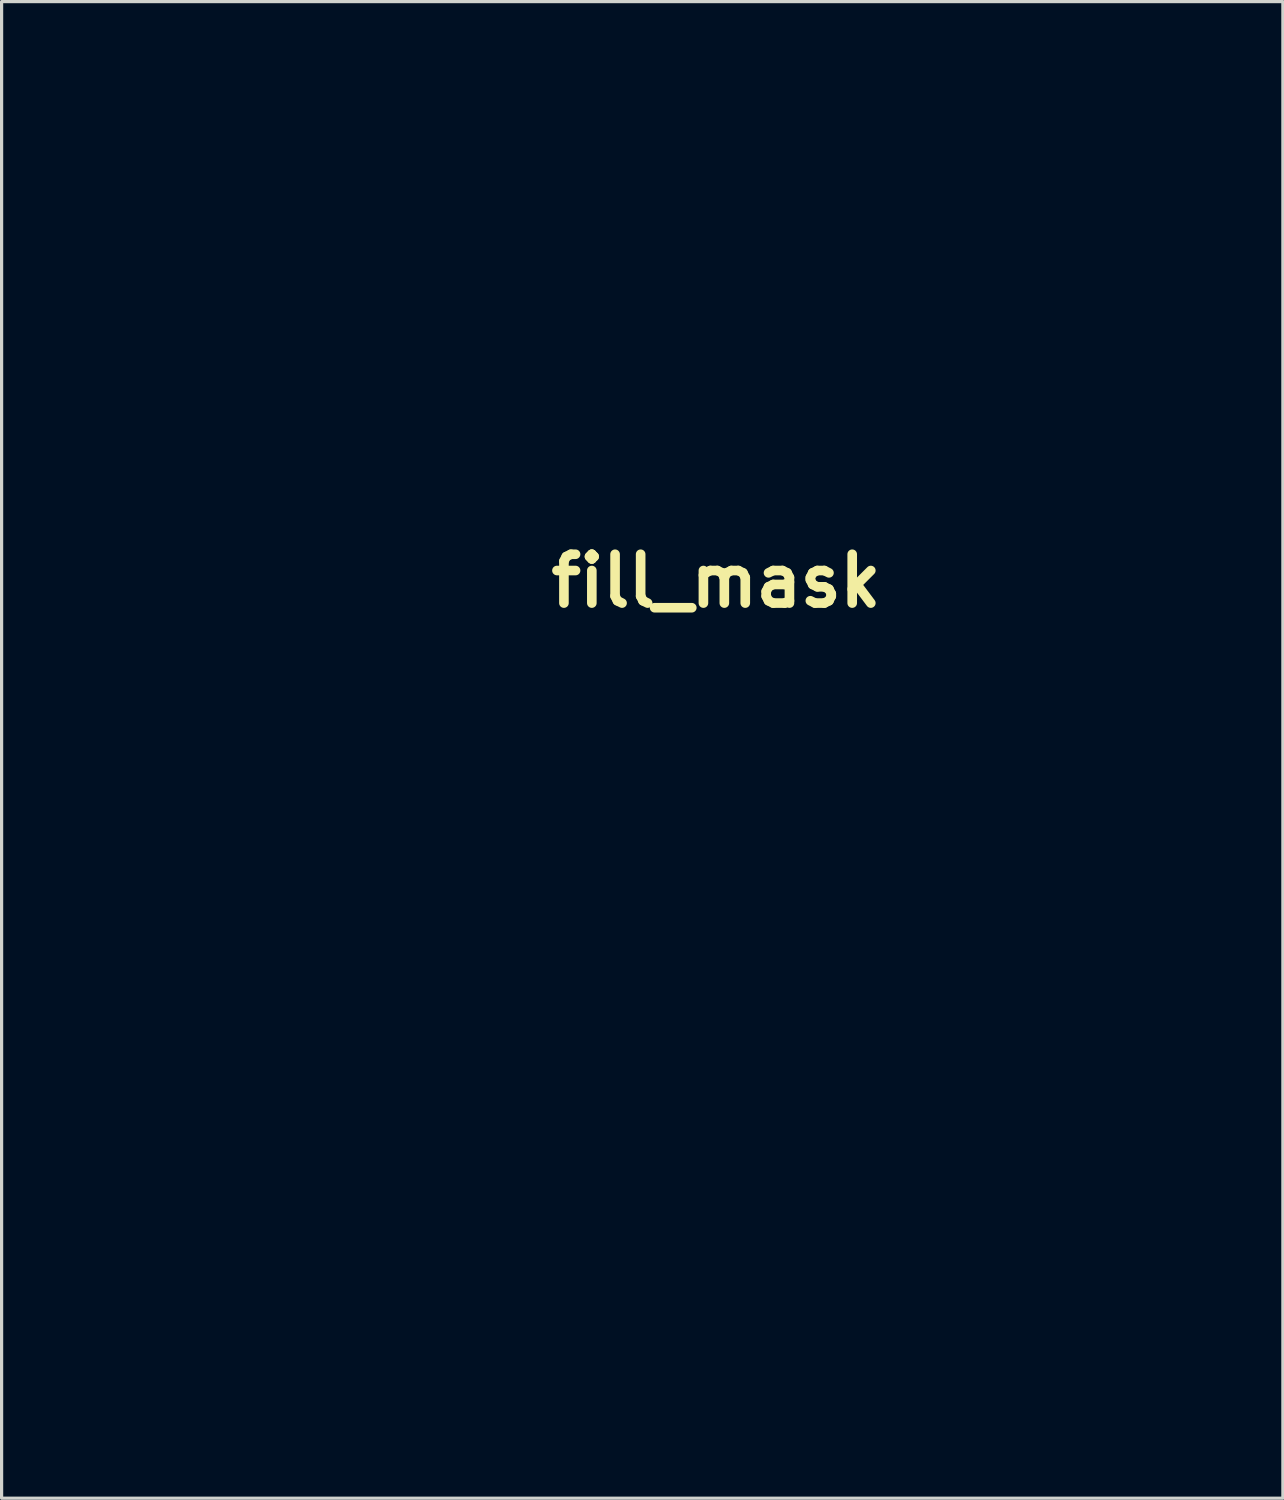
<source format=kicad_pcb>
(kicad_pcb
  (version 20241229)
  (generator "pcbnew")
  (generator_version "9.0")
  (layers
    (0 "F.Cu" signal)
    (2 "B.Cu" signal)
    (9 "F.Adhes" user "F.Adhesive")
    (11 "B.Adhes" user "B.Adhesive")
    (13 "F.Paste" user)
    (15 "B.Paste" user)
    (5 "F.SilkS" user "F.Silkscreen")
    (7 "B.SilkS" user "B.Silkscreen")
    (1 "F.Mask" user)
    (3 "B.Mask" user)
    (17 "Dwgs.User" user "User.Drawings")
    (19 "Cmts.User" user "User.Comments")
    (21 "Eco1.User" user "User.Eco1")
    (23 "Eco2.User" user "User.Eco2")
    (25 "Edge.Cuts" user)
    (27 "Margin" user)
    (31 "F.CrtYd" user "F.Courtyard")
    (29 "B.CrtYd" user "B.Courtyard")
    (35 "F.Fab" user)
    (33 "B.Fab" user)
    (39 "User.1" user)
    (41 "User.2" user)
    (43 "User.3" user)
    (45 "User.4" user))
  (footprint "fill_mask"
    (layer "F.Cu")
    (at 19.307 15.086)
    (property "Reference" "fill_mask" (at 0 0 0) (layer "F.SilkS") (effects (font (size 1.524 1.524) (thickness 0.3))))
    (attr through_hole)
    (fp_poly (pts (xy -7.938 11.453) (xy -8.051 11.566) (xy -8.164 11.453) (xy -8.051 11.339) (xy -7.938 11.453)) (stroke (width 0.01) (type solid)) (fill yes) (layer "F.Mask"))
    (fp_poly (pts (xy 7.862 11.188) (xy 7.889 11.457) (xy 7.862 11.49) (xy 7.727 11.459) (xy 7.711 11.339) (xy 7.794 11.153) (xy 7.862 11.188)) (stroke (width 0.01) (type solid)) (fill yes) (layer "F.Mask"))
    (fp_poly (pts (xy 4.881 22.36) (xy 4.791 22.707) (xy 4.759 22.792) (xy 4.545 23.43) (xy 4.305 24.247) (xy 4.212 24.594) (xy 4.033 25.159) (xy 3.878 25.425) (xy 3.807 25.388) (xy 3.822 25.012) (xy 3.973 24.375) (xy 4.207 23.631) (xy 4.477 22.933) (xy 4.73 22.436) (xy 4.805 22.338) (xy 4.881 22.36)) (stroke (width 0.01) (type solid)) (fill yes) (layer "F.Mask"))
    (fp_poly (pts (xy -17.17 22.417) (xy -17.297 22.922) (xy -17.539 23.631) (xy -17.543 23.642) (xy -17.8 24.407) (xy -17.955 25.023) (xy -17.976 25.343) (xy -18.028 25.599) (xy -18.124 25.627) (xy -18.352 25.448) (xy -18.37 25.343) (xy -18.296 24.951) (xy -18.106 24.335) (xy -17.851 23.623) (xy -17.58 22.948) (xy -17.342 22.439) (xy -17.188 22.226) (xy -17.183 22.225) (xy -17.17 22.417)) (stroke (width 0.01) (type solid)) (fill yes) (layer "F.Mask"))
    (fp_poly (pts (xy -18.1 22.389) (xy -18.235 22.791) (xy -18.279 22.884) (xy -18.532 23.504) (xy -18.658 24.03) (xy -18.658 24.033) (xy -18.754 24.406) (xy -18.856 24.493) (xy -18.999 24.689) (xy -19.095 25.117) (xy -19.181 25.488) (xy -19.294 25.418) (xy -19.302 25.4) (xy -19.295 25.018) (xy -19.146 24.39) (xy -18.905 23.658) (xy -18.624 22.966) (xy -18.355 22.456) (xy -18.18 22.275) (xy -18.1 22.389)) (stroke (width 0.01) (type solid)) (fill yes) (layer "F.Mask"))
    (fp_poly (pts (xy 5.974 22.413) (xy 5.863 22.888) (xy 5.783 23.132) (xy 5.622 23.685) (xy 5.592 24.008) (xy 5.623 24.043) (xy 5.611 24.139) (xy 5.471 24.244) (xy 5.234 24.602) (xy 5.159 25.034) (xy 5.129 25.519) (xy 5.019 25.589) (xy 4.881 25.409) (xy 4.885 25.11) (xy 5.014 24.543) (xy 5.225 23.839) (xy 5.472 23.134) (xy 5.712 22.559) (xy 5.9 22.247) (xy 5.942 22.225) (xy 5.974 22.413)) (stroke (width 0.01) (type solid)) (fill yes) (layer "F.Mask"))
    (fp_poly (pts (xy 1.407 -10.319) (xy 1.945 -8.676) (xy 2.358 -7.409) (xy 2.663 -6.463) (xy 2.877 -5.783) (xy 3.016 -5.313) (xy 3.098 -4.998) (xy 3.139 -4.785) (xy 3.156 -4.616) (xy 3.158 -4.592) (xy 3.264 -4.502) (xy 3.599 -4.432) (xy 4.203 -4.38) (xy 5.116 -4.343) (xy 6.38 -4.321) (xy 8.035 -4.31) (xy 9.102 -4.309) (xy 10.889 -4.308) (xy 12.27 -4.303) (xy 13.289 -4.289) (xy 13.994 -4.265) (xy 14.43 -4.225) (xy 14.645 -4.166) (xy 14.685 -4.086) (xy 14.595 -3.979) (xy 14.488 -3.894) (xy 13.953 -3.537) (xy 13.541 -3.33) (xy 13.157 -3.127) (xy 12.539 -2.731) (xy 11.771 -2.205) (xy 10.937 -1.61) (xy 10.122 -1.007) (xy 9.409 -0.458) (xy 8.884 -0.025) (xy 8.629 0.232) (xy 8.618 0.262) (xy 8.484 0.388) (xy 8.43 0.364) (xy 8.161 0.429) (xy 7.72 0.732) (xy 7.571 0.861) (xy 7.107 1.264) (xy 6.783 1.506) (xy 6.737 1.529) (xy 6.171 1.833) (xy 5.769 2.242) (xy 5.67 2.517) (xy 5.74 2.827) (xy 5.938 3.502) (xy 6.242 4.48) (xy 6.634 5.695) (xy 7.093 7.085) (xy 7.444 8.132) (xy 7.934 9.582) (xy 8.37 10.878) (xy 8.734 11.961) (xy 9.006 12.775) (xy 9.166 13.26) (xy 9.202 13.373) (xy 9.037 13.239) (xy 8.655 12.921) (xy 8.586 12.863) (xy 8.174 12.536) (xy 7.489 12.013) (xy 6.625 11.366) (xy 5.675 10.665) (xy 5.638 10.638) (xy 4.536 9.83) (xy 3.366 8.971) (xy 2.282 8.176) (xy 1.573 7.655) (xy -0.143 6.394) (xy -3.076 8.532) (xy -4.098 9.287) (xy -5.003 9.977) (xy -5.721 10.545) (xy -6.182 10.936) (xy -6.303 11.061) (xy -6.585 11.341) (xy -6.72 11.373) (xy -6.961 11.445) (xy -7.334 11.713) (xy -7.828 12.101) (xy -8.392 12.496) (xy -8.883 12.803) (xy -9.159 12.927) (xy -9.159 12.927) (xy -9.12 12.722) (xy -8.954 12.146) (xy -8.814 11.696) (xy -8.303 11.696) (xy -8.17 11.736) (xy -7.794 11.567) (xy -7.29 11.261) (xy -6.771 10.893) (xy -6.351 10.535) (xy -6.173 10.324) (xy -6.247 10.308) (xy -6.592 10.523) (xy -6.887 10.739) (xy -7.401 11.102) (xy -7.746 11.296) (xy -7.818 11.305) (xy -7.718 11.091) (xy -7.358 10.517) (xy -7.102 10.133) (xy -5.896 10.133) (xy -5.739 10.083) (xy -5.34 9.828) (xy -4.81 9.45) (xy -4.261 9.03) (xy -3.802 8.651) (xy -3.562 8.414) (xy -3.589 8.372) (xy -3.91 8.566) (xy -4.459 8.955) (xy -4.592 9.054) (xy -5.23 9.546) (xy -5.695 9.928) (xy -5.895 10.126) (xy -5.896 10.133) (xy -7.102 10.133) (xy -6.743 9.593) (xy -5.88 8.327) (xy -5.713 8.086) (xy -3.175 8.086) (xy -3.006 8.012) (xy -2.56 7.731) (xy -1.927 7.3) (xy -1.818 7.223) (xy -1.175 6.75) (xy -0.724 6.38) (xy -0.551 6.184) (xy -0.554 6.174) (xy -0.757 6.257) (xy -1.202 6.541) (xy -1.776 6.942) (xy -2.367 7.38) (xy -2.861 7.771) (xy -3.145 8.034) (xy -3.175 8.086) (xy -5.713 8.086) (xy -4.774 6.729) (xy -4.372 6.153) (xy 3.887 6.153) (xy 3.936 6.275) (xy 4.098 6.539) (xy 4.407 6.995) (xy 4.896 7.692) (xy 5.598 8.68) (xy 6.103 9.387) (xy 6.783 10.316) (xy 7.37 11.072) (xy 7.816 11.596) (xy 8.073 11.831) (xy 8.115 11.826) (xy 8.097 11.479) (xy 7.956 10.867) (xy 7.82 10.418) (xy 7.593 9.799) (xy 7.415 9.421) (xy 7.346 9.36) (xy 7.352 9.613) (xy 7.485 10.109) (xy 7.509 10.18) (xy 7.653 10.698) (xy 7.669 10.998) (xy 7.661 11.011) (xy 7.5 10.875) (xy 7.131 10.432) (xy 6.604 9.744) (xy 5.969 8.878) (xy 5.945 8.845) (xy 7.03 8.845) (xy 7.113 9.031) (xy 7.182 8.996) (xy 7.209 8.727) (xy 7.182 8.693) (xy 7.047 8.725) (xy 7.03 8.845) (xy 5.945 8.845) (xy 5.783 8.618) (xy 5.457 8.164) (xy 6.804 8.164) (xy 6.887 8.351) (xy 6.955 8.315) (xy 6.982 8.046) (xy 6.955 8.013) (xy 6.82 8.044) (xy 6.804 8.164) (xy 5.457 8.164) (xy 5.127 7.705) (xy 4.965 7.484) (xy 6.577 7.484) (xy 6.66 7.671) (xy 6.728 7.635) (xy 6.755 7.366) (xy 6.728 7.333) (xy 6.593 7.364) (xy 6.577 7.484) (xy 4.965 7.484) (xy 4.567 6.941) (xy 4.462 6.804) (xy 6.35 6.804) (xy 6.433 6.99) (xy 6.501 6.955) (xy 6.528 6.686) (xy 6.501 6.652) (xy 6.366 6.684) (xy 6.35 6.804) (xy 4.462 6.804) (xy 4.153 6.396) (xy 3.936 6.136) (xy 3.918 6.123) (xy 6.123 6.123) (xy 6.206 6.31) (xy 6.274 6.274) (xy 6.302 6.005) (xy 6.274 5.972) (xy 6.14 6.003) (xy 6.123 6.123) (xy 3.918 6.123) (xy 3.887 6.153) (xy -4.372 6.153) (xy -3.639 5.103) (xy -0.396 5.103) (xy -0.378 5.569) (xy -0.327 5.69) (xy -0.298 5.616) (xy -0.256 5.071) (xy -0.293 4.708) (xy -0.333 4.625) (xy 2.757 4.625) (xy 2.856 4.819) (xy 3.124 5.209) (xy 3.462 5.614) (xy 3.729 5.871) (xy 3.784 5.896) (xy 3.721 5.737) (xy 3.525 5.443) (xy 5.896 5.443) (xy 5.979 5.63) (xy 6.048 5.594) (xy 6.075 5.325) (xy 6.048 5.292) (xy 5.913 5.323) (xy 5.896 5.443) (xy 3.525 5.443) (xy 3.457 5.342) (xy 3.366 5.216) (xy 3.005 4.763) (xy 5.67 4.763) (xy 5.753 4.949) (xy 5.821 4.914) (xy 5.848 4.645) (xy 5.821 4.611) (xy 5.686 4.642) (xy 5.67 4.763) (xy 3.005 4.763) (xy 2.997 4.752) (xy 2.777 4.542) (xy 2.757 4.625) (xy -0.333 4.625) (xy -0.353 4.583) (xy -0.39 4.855) (xy -0.396 5.103) (xy -3.639 5.103) (xy -3.431 4.806) (xy -2.565 3.572) (xy -2.047 2.818) (xy -1.661 2.226) (xy -1.592 2.107) (xy -0.189 2.107) (xy -0.182 2.565) (xy -0.137 4.196) (xy -0.11 3.63) (xy 2.056 3.63) (xy 2.112 3.748) (xy 2.239 3.912) (xy 2.57 4.265) (xy 2.718 4.263) (xy 2.721 4.223) (xy 2.606 4.082) (xy 5.443 4.082) (xy 5.526 4.269) (xy 5.594 4.233) (xy 5.621 3.964) (xy 5.594 3.931) (xy 5.459 3.962) (xy 5.443 4.082) (xy 2.606 4.082) (xy 2.566 4.034) (xy 2.325 3.826) (xy 2.056 3.63) (xy -0.11 3.63) (xy -0.058 2.539) (xy -0.035 2.041) (xy 0.99 2.041) (xy 1.031 2.202) (xy 1.276 2.6) (xy 1.361 2.721) (xy 1.705 3.165) (xy 1.935 3.394) (xy 1.959 3.402) (xy 5.216 3.402) (xy 5.299 3.588) (xy 5.367 3.553) (xy 5.394 3.284) (xy 5.367 3.251) (xy 5.232 3.282) (xy 5.216 3.402) (xy 1.959 3.402) (xy 1.917 3.241) (xy 1.672 2.843) (xy 1.667 2.835) (xy 4.989 2.835) (xy 5.103 2.948) (xy 5.216 2.835) (xy 5.103 2.721) (xy 4.989 2.835) (xy 1.667 2.835) (xy 1.587 2.721) (xy 1.244 2.277) (xy 1.119 2.154) (xy 4.309 2.154) (xy 4.422 2.268) (xy 4.536 2.154) (xy 4.422 2.041) (xy 4.309 2.154) (xy 1.119 2.154) (xy 1.013 2.049) (xy 0.99 2.041) (xy -0.035 2.041) (xy 0.02 0.882) (xy 0.477 1.405) (xy 0.934 1.928) (xy 3.855 1.928) (xy 3.969 2.041) (xy 4.082 1.928) (xy 3.969 1.814) (xy 3.855 1.928) (xy 0.934 1.928) (xy 0.796 1.701) (xy 3.402 1.701) (xy 3.515 1.814) (xy 3.629 1.701) (xy 3.515 1.587) (xy 3.402 1.701) (xy 0.796 1.701) (xy 0.635 1.436) (xy 2.797 1.436) (xy 2.828 1.571) (xy 2.948 1.587) (xy 3.135 1.505) (xy 3.099 1.436) (xy 2.83 1.409) (xy 2.797 1.436) (xy 0.635 1.436) (xy 0.556 1.306) (xy 0.51 1.247) (xy 2.268 1.247) (xy 2.381 1.361) (xy 2.495 1.247) (xy 2.381 1.134) (xy 2.268 1.247) (xy 0.51 1.247) (xy 0.335 1.021) (xy 1.814 1.021) (xy 1.928 1.134) (xy 2.041 1.021) (xy 1.928 0.907) (xy 1.814 1.021) (xy 0.335 1.021) (xy 0.222 0.875) (xy -0.01 0.859) (xy -0.145 1.266) (xy -0.189 2.107) (xy -1.592 2.107) (xy -1.459 1.875) (xy -1.446 1.814) (xy -1.612 1.992) (xy -1.991 2.487) (xy -2.539 3.237) (xy -3.217 4.185) (xy -3.981 5.268) (xy -4.792 6.429) (xy -5.606 7.606) (xy -6.383 8.74) (xy -7.081 9.772) (xy -7.659 10.64) (xy -8.074 11.286) (xy -8.285 11.649) (xy -8.303 11.696) (xy -8.814 11.696) (xy -8.679 11.259) (xy -8.315 10.119) (xy -7.879 8.785) (xy -7.558 7.817) (xy -7.083 6.366) (xy -6.669 5.05) (xy -6.334 3.93) (xy -6.098 3.072) (xy -5.978 2.539) (xy -5.972 2.399) (xy -6.182 2.186) (xy -6.702 1.76) (xy -7.467 1.167) (xy -8.416 0.454) (xy -9.483 -0.333) (xy -10.356 -0.965) (xy -9.644 -0.965) (xy -9.638 -0.959) (xy -9.273 -0.632) (xy -8.662 -0.165) (xy -7.901 0.378) (xy -7.087 0.932) (xy -6.316 1.431) (xy -5.682 1.812) (xy -5.283 2.01) (xy -5.217 2.024) (xy -4.786 1.934) (xy -4.176 1.736) (xy -4.082 1.701) (xy -3.589 1.486) (xy -3.501 1.39) (xy -3.784 1.419) (xy -4.405 1.576) (xy -4.573 1.625) (xy -5.199 1.77) (xy -5.638 1.707) (xy -6.073 1.442) (xy -6.398 1.21) (xy -3.099 1.21) (xy -3.068 1.344) (xy -2.948 1.361) (xy -2.762 1.278) (xy -2.797 1.21) (xy -3.066 1.182) (xy -3.099 1.21) (xy -6.398 1.21) (xy -6.552 1.099) (xy -2.379 1.099) (xy -2.339 1.118) (xy -1.938 1.054) (xy -1.489 0.913) (xy -1.028 0.814) (xy -0.916 0.978) (xy -1.077 1.263) (xy -1.075 1.287) (xy -0.833 1.034) (xy -0.83 1.032) (xy -0.592 0.685) (xy -0.608 0.567) (xy 0.907 0.567) (xy 1.021 0.68) (xy 1.134 0.567) (xy 1.021 0.454) (xy 0.907 0.567) (xy -0.608 0.567) (xy -0.615 0.513) (xy -0.938 0.543) (xy -1.5 0.7) (xy -1.712 0.774) (xy -2.195 0.974) (xy -2.379 1.099) (xy -6.552 1.099) (xy -6.935 0.825) (xy -7.785 0.23) (xy -7.797 0.222) (xy 0.454 0.222) (xy 0.655 0.208) (xy 1.207 0.074) (xy 2.027 -0.161) (xy 3.035 -0.472) (xy 3.191 -0.522) (xy 4.214 -0.859) (xy 5.05 -1.149) (xy 5.622 -1.364) (xy 5.851 -1.476) (xy 5.851 -1.482) (xy 5.612 -1.456) (xy 5.049 -1.314) (xy 4.262 -1.088) (xy 3.352 -0.811) (xy 2.421 -0.513) (xy 1.569 -0.229) (xy 0.899 0.012) (xy 0.51 0.177) (xy 0.454 0.222) (xy -7.797 0.222) (xy -8.551 -0.293) (xy -8.875 -0.508) (xy -2.396 -0.508) (xy -2.173 -0.471) (xy -1.879 -0.513) (xy -1.876 -0.591) (xy -2.179 -0.645) (xy -2.31 -0.608) (xy -2.396 -0.508) (xy -8.875 -0.508) (xy -9.163 -0.699) (xy -9.378 -0.832) (xy -3.099 -0.832) (xy -3.068 -0.697) (xy -2.948 -0.68) (xy -2.762 -0.763) (xy -2.797 -0.832) (xy -3.066 -0.859) (xy -3.099 -0.832) (xy -9.378 -0.832) (xy -9.551 -0.938) (xy -9.644 -0.965) (xy -10.356 -0.965) (xy -10.484 -1.058) (xy -3.78 -1.058) (xy -3.749 -0.924) (xy -3.629 -0.907) (xy -3.442 -0.99) (xy -3.477 -1.058) (xy -3.747 -1.085) (xy -3.78 -1.058) (xy -10.484 -1.058) (xy -10.608 -1.148) (xy -11.726 -1.944) (xy -11.956 -2.105) (xy -11.156 -2.105) (xy -10.977 -1.895) (xy -10.772 -1.714) (xy -10.239 -1.284) (xy -10.007 -1.153) (xy -10.023 -1.188) (xy -4.664 -1.188) (xy -4.441 -1.152) (xy -4.147 -1.194) (xy -4.144 -1.271) (xy -4.447 -1.325) (xy -4.578 -1.289) (xy -4.664 -1.188) (xy -10.023 -1.188) (xy -10.089 -1.327) (xy -10.216 -1.486) (xy -10.245 -1.512) (xy -5.367 -1.512) (xy -5.336 -1.377) (xy -5.216 -1.361) (xy -5.029 -1.444) (xy -5.065 -1.512) (xy -5.334 -1.539) (xy -5.367 -1.512) (xy -10.245 -1.512) (xy -10.394 -1.642) (xy -6.252 -1.642) (xy -6.029 -1.605) (xy -5.735 -1.647) (xy -5.731 -1.725) (xy -6.035 -1.779) (xy -6.166 -1.742) (xy -6.252 -1.642) (xy -10.394 -1.642) (xy -10.665 -1.877) (xy -10.813 -1.965) (xy -6.955 -1.965) (xy -6.924 -1.831) (xy -6.804 -1.814) (xy -6.617 -1.897) (xy -6.652 -1.965) (xy -6.922 -1.993) (xy -6.955 -1.965) (xy -10.813 -1.965) (xy -10.98 -2.065) (xy -11.156 -2.105) (xy -11.956 -2.105) (xy -12.081 -2.192) (xy -7.635 -2.192) (xy -7.604 -2.057) (xy -7.484 -2.041) (xy -7.297 -2.124) (xy -7.333 -2.192) (xy -7.602 -2.219) (xy -7.635 -2.192) (xy -12.081 -2.192) (xy -12.775 -2.676) (xy -13.69 -3.296) (xy -14.061 -3.538) (xy -14.201 -3.629) (xy -13.242 -3.629) (xy -13.209 -3.509) (xy -12.885 -3.204) (xy -12.57 -2.955) (xy -11.943 -2.501) (xy -11.622 -2.312) (xy -11.622 -2.322) (xy -8.519 -2.322) (xy -8.297 -2.286) (xy -8.002 -2.327) (xy -7.999 -2.405) (xy -8.302 -2.459) (xy -8.434 -2.423) (xy -8.519 -2.322) (xy -11.622 -2.322) (xy -11.624 -2.385) (xy -11.89 -2.646) (xy -9.223 -2.646) (xy -9.191 -2.511) (xy -9.071 -2.495) (xy -8.885 -2.578) (xy -8.92 -2.646) (xy -9.189 -2.673) (xy -9.223 -2.646) (xy -11.89 -2.646) (xy -11.968 -2.722) (xy -12.141 -2.873) (xy -9.903 -2.873) (xy -9.872 -2.738) (xy -9.752 -2.721) (xy -9.565 -2.804) (xy -9.601 -2.873) (xy -9.87 -2.9) (xy -9.903 -2.873) (xy -12.141 -2.873) (xy -12.238 -2.957) (xy -12.295 -3.002) (xy -10.787 -3.002) (xy -10.564 -2.966) (xy -10.27 -3.008) (xy -10.267 -3.085) (xy -10.57 -3.139) (xy -10.701 -3.103) (xy -10.787 -3.002) (xy -12.295 -3.002) (xy -12.71 -3.326) (xy -11.49 -3.326) (xy -11.459 -3.191) (xy -11.339 -3.175) (xy -11.153 -3.258) (xy -11.188 -3.326) (xy -11.457 -3.353) (xy -11.49 -3.326) (xy -12.71 -3.326) (xy -12.756 -3.362) (xy -12.91 -3.456) (xy -12.375 -3.456) (xy -12.152 -3.42) (xy -11.858 -3.461) (xy -11.854 -3.539) (xy -12.158 -3.593) (xy -12.289 -3.557) (xy -12.375 -3.456) (xy -12.91 -3.456) (xy -13.148 -3.601) (xy -13.242 -3.629) (xy -14.201 -3.629) (xy -14.458 -3.794) (xy -3.097 -3.794) (xy -2.906 -3.414) (xy -2.532 -2.793) (xy -2.054 -2.06) (xy -2.02 -2.01) (xy -1.538 -1.264) (xy -1.306 -0.794) (xy -1.294 -0.519) (xy -1.391 -0.405) (xy -1.551 -0.258) (xy -1.314 -0.309) (xy -1.304 -0.312) (xy -0.976 -0.321) (xy -0.907 -0.22) (xy -0.734 -0.006) (xy -0.68 0) (xy -0.459 -0.069) (xy -0.454 -0.09) (xy -0.575 -0.301) (xy -0.741 -0.556) (xy 0.326 -0.556) (xy 0.376 -0.519) (xy 0.376 -0.52) (xy 0.647 -0.769) (xy 1.101 -1.264) (xy 1.389 -1.604) (xy 6.48 -1.604) (xy 6.823 -1.663) (xy 7.424 -1.832) (xy 7.796 -1.953) (xy 8.39 -2.176) (xy 8.739 -2.349) (xy 8.782 -2.406) (xy 8.54 -2.384) (xy 8.002 -2.236) (xy 7.466 -2.057) (xy 6.853 -1.824) (xy 6.504 -1.659) (xy 6.48 -1.604) (xy 1.389 -1.604) (xy 1.616 -1.872) (xy 2.019 -2.386) (xy 2.184 -2.646) (xy 9.374 -2.646) (xy 9.405 -2.511) (xy 9.525 -2.495) (xy 9.712 -2.578) (xy 9.676 -2.646) (xy 9.407 -2.673) (xy 9.374 -2.646) (xy 2.184 -2.646) (xy 2.193 -2.66) (xy 2.109 -2.644) (xy 2.065 -2.608) (xy 1.697 -2.251) (xy 1.265 -1.776) (xy 0.844 -1.275) (xy 0.506 -0.838) (xy 0.326 -0.556) (xy -0.741 -0.556) (xy -0.903 -0.804) (xy -1.384 -1.518) (xy -1.844 -2.187) (xy -2.303 -2.835) (xy -0.162 -2.835) (xy -0.148 -2.297) (xy -0.107 -2.1) (xy -0.067 -2.208) (xy -0.029 -2.796) (xy 10.169 -2.796) (xy 10.205 -2.757) (xy 10.603 -2.832) (xy 11.246 -3.024) (xy 11.679 -3.175) (xy 12.239 -3.402) (xy 12.51 -3.554) (xy 12.473 -3.593) (xy 12.076 -3.518) (xy 11.432 -3.326) (xy 10.999 -3.175) (xy 10.439 -2.948) (xy 10.169 -2.796) (xy -0.029 -2.796) (xy -0.026 -2.83) (xy -0.064 -3.342) (xy -0.084 -3.402) (xy 2.608 -3.402) (xy 2.618 -3.192) (xy 2.695 -3.175) (xy 3.015 -3.34) (xy 3.062 -3.402) (xy 3.051 -3.611) (xy 2.975 -3.629) (xy 2.654 -3.463) (xy 2.608 -3.402) (xy -0.084 -3.402) (xy -0.116 -3.499) (xy -0.152 -3.254) (xy -0.162 -2.835) (xy -2.303 -2.835) (xy -2.388 -2.955) (xy -2.806 -3.513) (xy -3.055 -3.805) (xy -3.097 -3.794) (xy -14.458 -3.794) (xy -14.762 -3.99) (xy 9.42 -3.99) (xy 9.559 -3.963) (xy 10.071 -3.946) (xy 10.886 -3.939) (xy 11.722 -3.946) (xy 12.223 -3.964) (xy 12.349 -3.991) (xy 12.076 -4.023) (xy 11.081 -4.056) (xy 10.017 -4.04) (xy 9.695 -4.023) (xy 9.42 -3.99) (xy -14.762 -3.99) (xy -15.081 -4.196) (xy -3.553 -4.422) (xy -3.537 -4.47) (xy -3.194 -4.47) (xy -3.192 -4.309) (xy -3.079 -4.515) (xy -2.859 -5.091) (xy -2.552 -5.97) (xy -2.181 -7.089) (xy -1.769 -8.381) (xy -1.687 -8.646) (xy -0.34 -12.983) (xy -0.279 -8.533) (xy -0.255 -7.168) (xy -0.223 -5.972) (xy -0.188 -5.015) (xy -0.15 -4.363) (xy -0.114 -4.087) (xy -0.109 -4.082) (xy -0.076 -4.298) (xy -0.048 -4.9) (xy -0.024 -5.823) (xy -0.008 -6.999) (xy -0.000429 -8.362) (xy 0 -8.78) (xy -0.004 -10.361) (xy -0.017 -11.538) (xy -0.043 -12.361) (xy -0.086 -12.88) (xy -0.149 -13.144) (xy -0.236 -13.204) (xy -0.319 -13.145) (xy -0.476 -12.849) (xy -0.728 -12.222) (xy -1.051 -11.339) (xy -1.419 -10.278) (xy -1.809 -9.116) (xy -2.194 -7.929) (xy -2.55 -6.795) (xy -2.852 -5.789) (xy -3.075 -4.988) (xy -3.194 -4.47) (xy -3.537 -4.47) (xy -3.263 -5.329) (xy -3.106 -5.823) (xy -2.837 -6.666) (xy -2.483 -7.777) (xy -2.07 -9.071) (xy -1.625 -10.467) (xy -1.563 -10.659) (xy -0.153 -15.081) (xy 1.407 -10.319)) (stroke (width 0.01) (type solid)) (fill yes) (layer "F.Mask")))
  (gr_rect
    (start -3 -3)
    (end 36.996 43.718)
    (stroke (width 0.1) (type default))
    (fill no)
    (layer "Edge.Cuts")))
</source>
